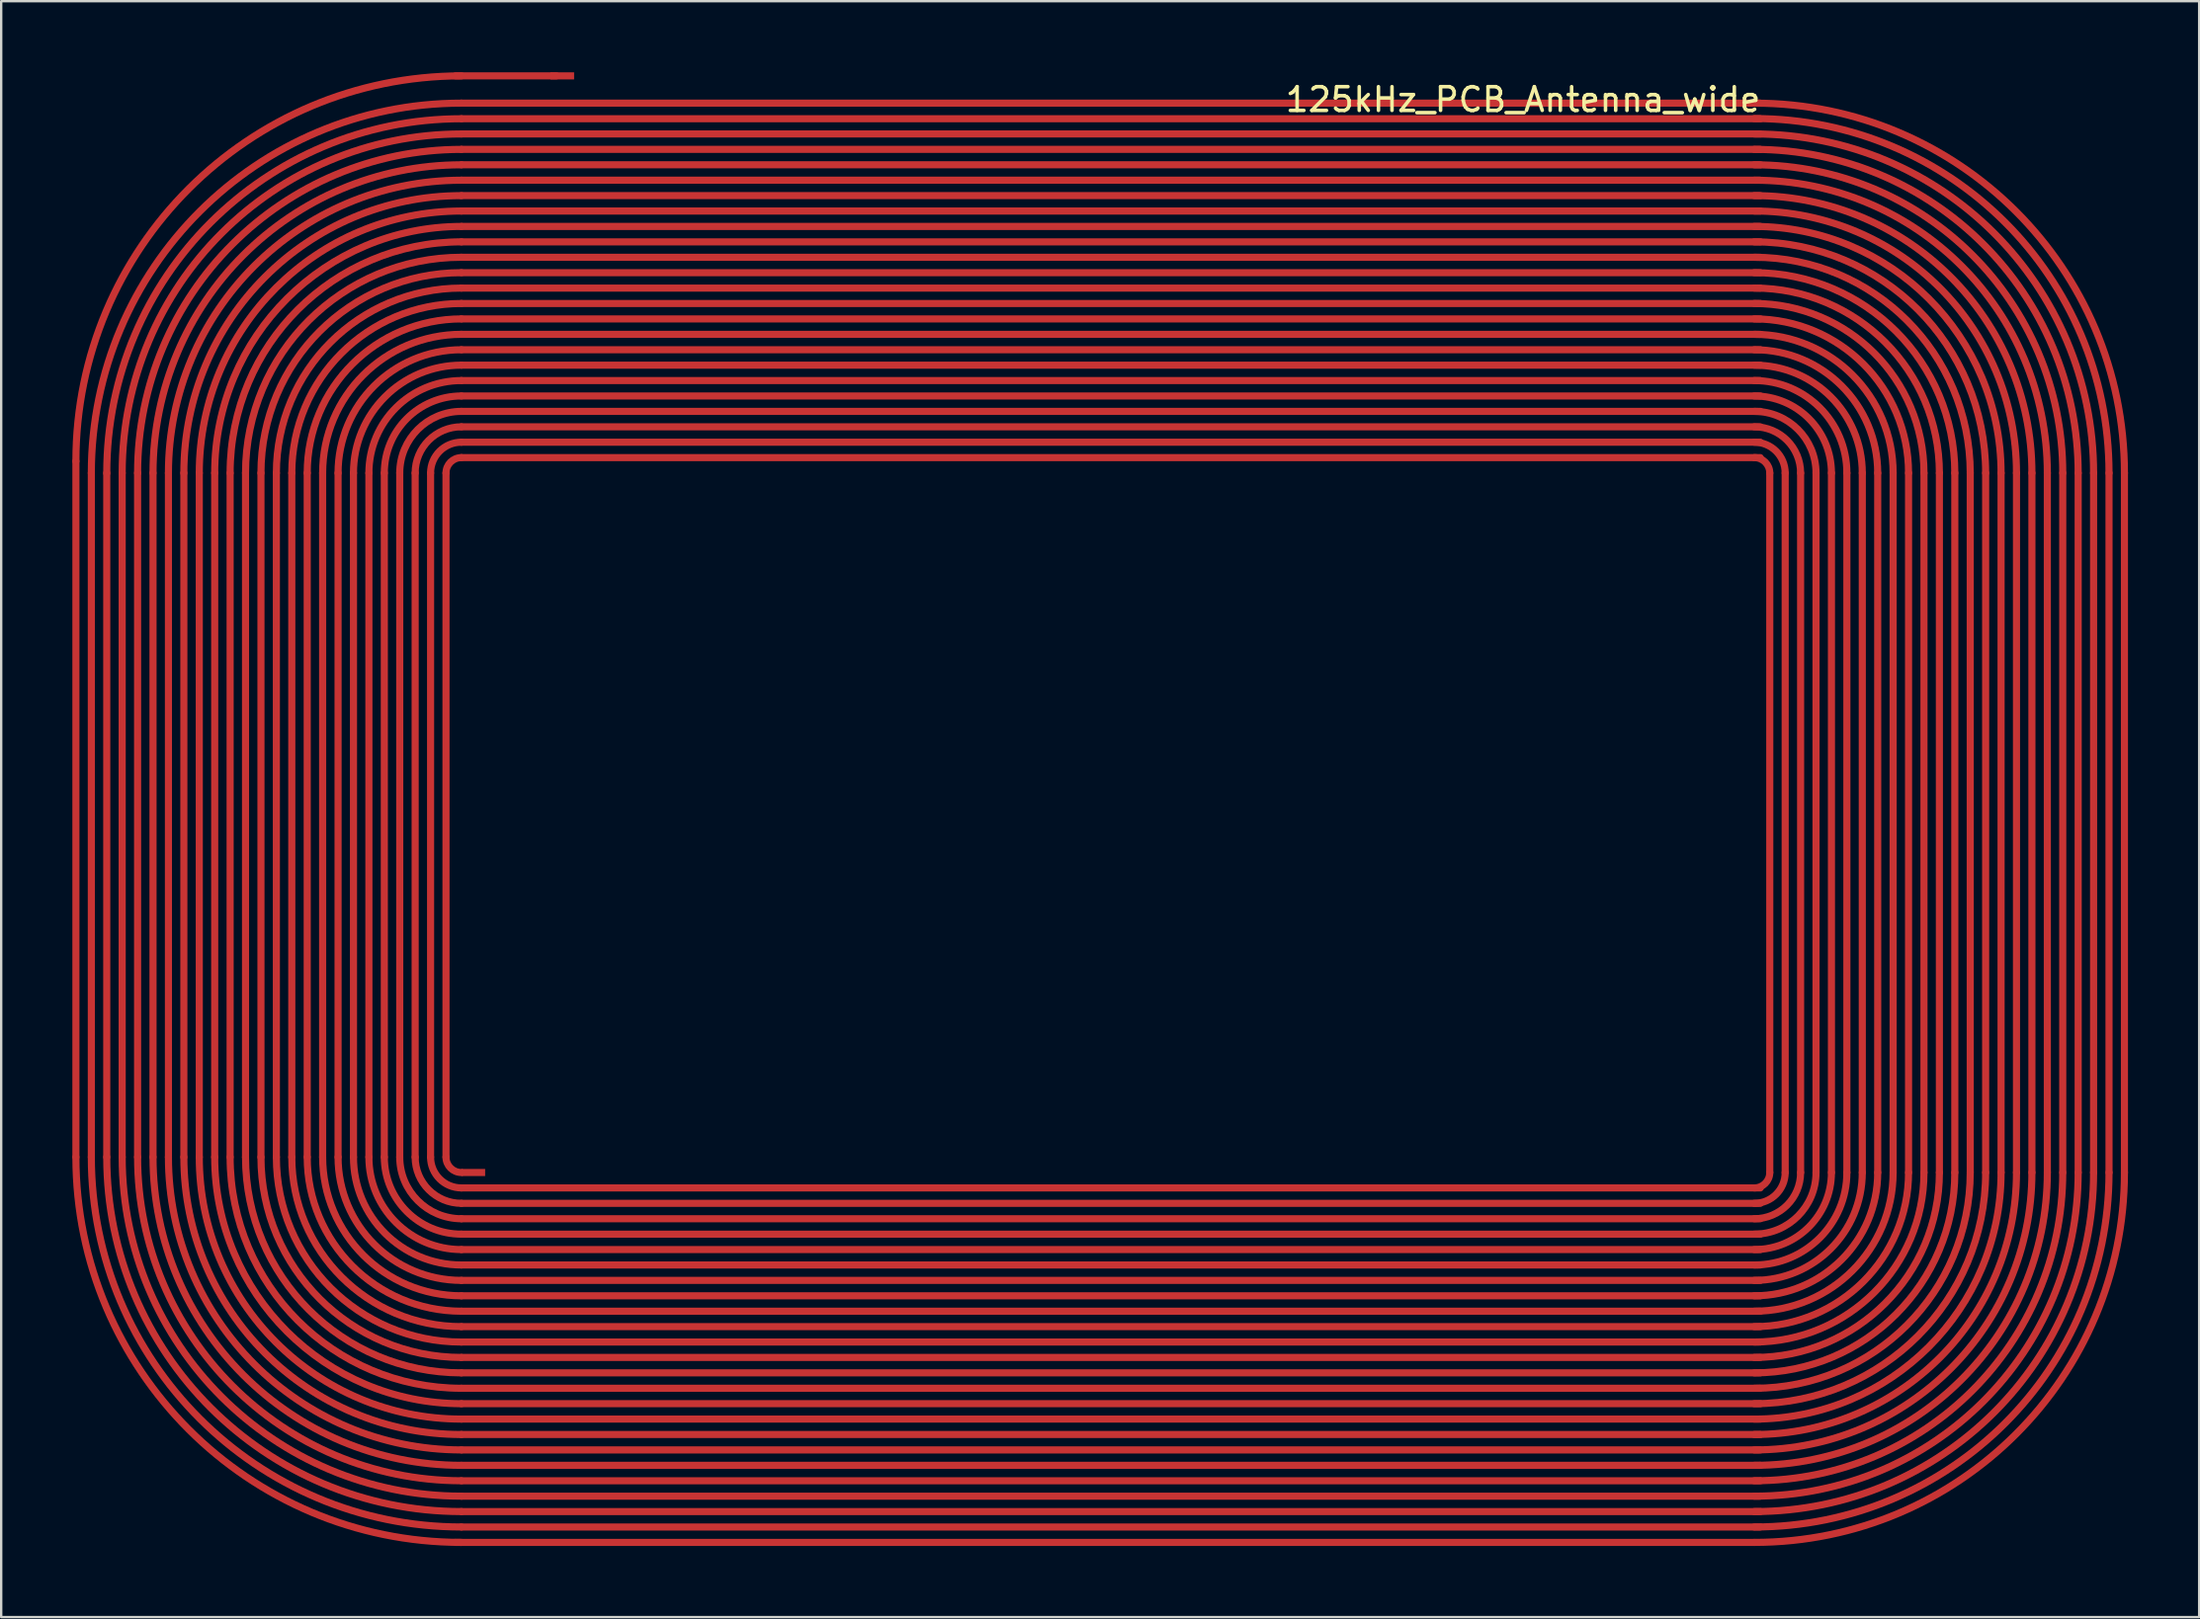
<source format=kicad_pcb>
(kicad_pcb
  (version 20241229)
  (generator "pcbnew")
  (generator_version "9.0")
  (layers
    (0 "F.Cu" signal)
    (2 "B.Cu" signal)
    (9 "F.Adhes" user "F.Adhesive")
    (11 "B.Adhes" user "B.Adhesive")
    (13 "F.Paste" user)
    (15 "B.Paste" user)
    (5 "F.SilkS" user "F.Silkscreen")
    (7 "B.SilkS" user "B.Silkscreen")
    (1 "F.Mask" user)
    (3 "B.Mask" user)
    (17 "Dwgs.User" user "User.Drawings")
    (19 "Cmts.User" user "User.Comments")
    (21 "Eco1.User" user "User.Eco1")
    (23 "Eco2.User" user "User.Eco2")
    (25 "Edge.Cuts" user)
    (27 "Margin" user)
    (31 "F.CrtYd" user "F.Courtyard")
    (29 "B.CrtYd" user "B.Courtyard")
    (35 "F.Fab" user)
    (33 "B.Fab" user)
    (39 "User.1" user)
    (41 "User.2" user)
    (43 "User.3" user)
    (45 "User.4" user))
  (footprint "125kHz_PCB_Antenna_wide"
    (layer "F.Cu")
    (at 61.15 10.65)
    (property "Reference" "125kHz_PCB_Antenna_wide" (at 0 -9.5 0) (layer "F.SilkS") (effects (font (size 1 1) (thickness 0.15))))
    (attr smd)
    (fp_line (start -61 35.1) (end -61 5.75) (stroke (width 0.3) (type solid)) (layer "F.Cu"))
    (fp_line (start -60.35 35.1) (end -60.35 6.25) (stroke (width 0.3) (type solid)) (layer "F.Cu"))
    (fp_line (start -59.7 35.1) (end -59.7 6.25) (stroke (width 0.3) (type solid)) (layer "F.Cu"))
    (fp_line (start -59.05 35.1) (end -59.05 6.25) (stroke (width 0.3) (type solid)) (layer "F.Cu"))
    (fp_line (start -58.4 35.1) (end -58.4 6.25) (stroke (width 0.3) (type solid)) (layer "F.Cu"))
    (fp_line (start -57.75 35.1) (end -57.75 6.25) (stroke (width 0.3) (type solid)) (layer "F.Cu"))
    (fp_line (start -57.1 35.1) (end -57.1 6.25) (stroke (width 0.3) (type solid)) (layer "F.Cu"))
    (fp_line (start -56.45 35.1) (end -56.45 6.25) (stroke (width 0.3) (type solid)) (layer "F.Cu"))
    (fp_line (start -55.8 35.1) (end -55.8 6.25) (stroke (width 0.3) (type solid)) (layer "F.Cu"))
    (fp_line (start -55.15 35.1) (end -55.15 6.25) (stroke (width 0.3) (type solid)) (layer "F.Cu"))
    (fp_line (start -54.5 35.1) (end -54.5 6.25) (stroke (width 0.3) (type solid)) (layer "F.Cu"))
    (fp_line (start -53.85 35.1) (end -53.85 6.25) (stroke (width 0.3) (type solid)) (layer "F.Cu"))
    (fp_line (start -53.2 35.1) (end -53.2 6.25) (stroke (width 0.3) (type solid)) (layer "F.Cu"))
    (fp_line (start -52.55 35.1) (end -52.55 6.25) (stroke (width 0.3) (type solid)) (layer "F.Cu"))
    (fp_line (start -51.9 35.1) (end -51.9 6.25) (stroke (width 0.3) (type solid)) (layer "F.Cu"))
    (fp_line (start -51.25 35.1) (end -51.25 6.25) (stroke (width 0.3) (type solid)) (layer "F.Cu"))
    (fp_line (start -50.6 35.1) (end -50.6 6.25) (stroke (width 0.3) (type solid)) (layer "F.Cu"))
    (fp_line (start -49.95 35.1) (end -49.95 6.25) (stroke (width 0.3) (type solid)) (layer "F.Cu"))
    (fp_line (start -49.3 35.1) (end -49.3 6.25) (stroke (width 0.3) (type solid)) (layer "F.Cu"))
    (fp_line (start -48.65 35.1) (end -48.65 6.25) (stroke (width 0.3) (type solid)) (layer "F.Cu"))
    (fp_line (start -48 35.1) (end -48 6.25) (stroke (width 0.3) (type solid)) (layer "F.Cu"))
    (fp_line (start -47.35 35.1) (end -47.35 6.25) (stroke (width 0.3) (type solid)) (layer "F.Cu"))
    (fp_line (start -46.7 35.1) (end -46.7 6.25) (stroke (width 0.3) (type solid)) (layer "F.Cu"))
    (fp_line (start -46.05 35.1) (end -46.05 6.25) (stroke (width 0.3) (type solid)) (layer "F.Cu"))
    (fp_line (start -45.4 35.1) (end -45.4 6.25) (stroke (width 0.3) (type solid)) (layer "F.Cu"))
    (fp_line (start -45 -10.5) (end -40.75 -10.5) (stroke (width 0.3) (type solid)) (layer "F.Cu"))
    (fp_line (start -45 51.35) (end 9.75 51.35) (stroke (width 0.3) (type solid)) (layer "F.Cu"))
    (fp_line (start -44.75 -9.35) (end 10 -9.35) (stroke (width 0.3) (type solid)) (layer "F.Cu"))
    (fp_line (start -44.75 -8.692) (end 10 -8.692) (stroke (width 0.3) (type solid)) (layer "F.Cu"))
    (fp_line (start -44.75 -8.05) (end 10 -8.05) (stroke (width 0.3) (type solid)) (layer "F.Cu"))
    (fp_line (start -44.75 -7.4) (end 10 -7.4) (stroke (width 0.3) (type solid)) (layer "F.Cu"))
    (fp_line (start -44.75 -6.75) (end 10 -6.75) (stroke (width 0.3) (type solid)) (layer "F.Cu"))
    (fp_line (start -44.75 -6.1) (end 10 -6.1) (stroke (width 0.3) (type solid)) (layer "F.Cu"))
    (fp_line (start -44.75 -5.45) (end 10 -5.45) (stroke (width 0.3) (type solid)) (layer "F.Cu"))
    (fp_line (start -44.75 -4.8) (end 10 -4.8) (stroke (width 0.3) (type solid)) (layer "F.Cu"))
    (fp_line (start -44.75 -4.15) (end 10 -4.15) (stroke (width 0.3) (type solid)) (layer "F.Cu"))
    (fp_line (start -44.75 -3.5) (end 10 -3.5) (stroke (width 0.3) (type solid)) (layer "F.Cu"))
    (fp_line (start -44.75 -2.85) (end 10 -2.85) (stroke (width 0.3) (type solid)) (layer "F.Cu"))
    (fp_line (start -44.75 -2.2) (end 10 -2.2) (stroke (width 0.3) (type solid)) (layer "F.Cu"))
    (fp_line (start -44.75 -1.55) (end 10 -1.55) (stroke (width 0.3) (type solid)) (layer "F.Cu"))
    (fp_line (start -44.75 -0.9) (end 10 -0.9) (stroke (width 0.3) (type solid)) (layer "F.Cu"))
    (fp_line (start -44.75 -0.25) (end 10 -0.25) (stroke (width 0.3) (type solid)) (layer "F.Cu"))
    (fp_line (start -44.75 0.4) (end 10 0.4) (stroke (width 0.3) (type solid)) (layer "F.Cu"))
    (fp_line (start -44.75 1.05) (end 10 1.05) (stroke (width 0.3) (type solid)) (layer "F.Cu"))
    (fp_line (start -44.75 1.7) (end 10 1.7) (stroke (width 0.3) (type solid)) (layer "F.Cu"))
    (fp_line (start -44.75 2.35) (end 10 2.35) (stroke (width 0.3) (type solid)) (layer "F.Cu"))
    (fp_line (start -44.75 3) (end 10 3) (stroke (width 0.3) (type solid)) (layer "F.Cu"))
    (fp_line (start -44.75 3.65) (end 10 3.65) (stroke (width 0.3) (type solid)) (layer "F.Cu"))
    (fp_line (start -44.75 4.3) (end 10 4.3) (stroke (width 0.3) (type solid)) (layer "F.Cu"))
    (fp_line (start -44.75 4.95) (end 10 4.95) (stroke (width 0.3) (type solid)) (layer "F.Cu"))
    (fp_line (start -44.75 5.6) (end 10 5.6) (stroke (width 0.3) (type solid)) (layer "F.Cu"))
    (fp_line (start -44.75 36.4) (end 10 36.4) (stroke (width 0.3) (type solid)) (layer "F.Cu"))
    (fp_line (start -44.75 37.05) (end 10 37.05) (stroke (width 0.3) (type solid)) (layer "F.Cu"))
    (fp_line (start -44.75 37.7) (end 10 37.7) (stroke (width 0.3) (type solid)) (layer "F.Cu"))
    (fp_line (start -44.75 38.35) (end 10 38.35) (stroke (width 0.3) (type solid)) (layer "F.Cu"))
    (fp_line (start -44.75 39) (end 10 39) (stroke (width 0.3) (type solid)) (layer "F.Cu"))
    (fp_line (start -44.75 39.65) (end 10 39.65) (stroke (width 0.3) (type solid)) (layer "F.Cu"))
    (fp_line (start -44.75 40.3) (end 10 40.3) (stroke (width 0.3) (type solid)) (layer "F.Cu"))
    (fp_line (start -44.75 40.95) (end 10 40.95) (stroke (width 0.3) (type solid)) (layer "F.Cu"))
    (fp_line (start -44.75 41.6) (end 10 41.6) (stroke (width 0.3) (type solid)) (layer "F.Cu"))
    (fp_line (start -44.75 42.25) (end 10 42.25) (stroke (width 0.3) (type solid)) (layer "F.Cu"))
    (fp_line (start -44.75 42.9) (end 10 42.9) (stroke (width 0.3) (type solid)) (layer "F.Cu"))
    (fp_line (start -44.75 43.55) (end 10 43.55) (stroke (width 0.3) (type solid)) (layer "F.Cu"))
    (fp_line (start -44.75 44.2) (end 10 44.2) (stroke (width 0.3) (type solid)) (layer "F.Cu"))
    (fp_line (start -44.75 44.85) (end 10 44.85) (stroke (width 0.3) (type solid)) (layer "F.Cu"))
    (fp_line (start -44.75 45.5) (end 10 45.5) (stroke (width 0.3) (type solid)) (layer "F.Cu"))
    (fp_line (start -44.75 46.15) (end 10 46.15) (stroke (width 0.3) (type solid)) (layer "F.Cu"))
    (fp_line (start -44.75 46.8) (end 10 46.8) (stroke (width 0.3) (type solid)) (layer "F.Cu"))
    (fp_line (start -44.75 47.45) (end 10 47.45) (stroke (width 0.3) (type solid)) (layer "F.Cu"))
    (fp_line (start -44.75 48.1) (end 10 48.1) (stroke (width 0.3) (type solid)) (layer "F.Cu"))
    (fp_line (start -44.75 48.75) (end 10 48.75) (stroke (width 0.3) (type solid)) (layer "F.Cu"))
    (fp_line (start -44.75 49.4) (end 10 49.4) (stroke (width 0.3) (type solid)) (layer "F.Cu"))
    (fp_line (start -44.75 50.05) (end 10 50.05) (stroke (width 0.3) (type solid)) (layer "F.Cu"))
    (fp_line (start -44.75 50.7) (end 10 50.7) (stroke (width 0.3) (type solid)) (layer "F.Cu"))
    (fp_line (start 10.4 6.25) (end 10.4 35.75) (stroke (width 0.3) (type solid)) (layer "F.Cu"))
    (fp_line (start 11.05 6.25) (end 11.05 35.75) (stroke (width 0.3) (type solid)) (layer "F.Cu"))
    (fp_line (start 11.7 6.25) (end 11.7 35.75) (stroke (width 0.3) (type solid)) (layer "F.Cu"))
    (fp_line (start 12.35 6.25) (end 12.35 35.75) (stroke (width 0.3) (type solid)) (layer "F.Cu"))
    (fp_line (start 13 6.25) (end 13 35.75) (stroke (width 0.3) (type solid)) (layer "F.Cu"))
    (fp_line (start 13.65 6.25) (end 13.65 35.75) (stroke (width 0.3) (type solid)) (layer "F.Cu"))
    (fp_line (start 14.3 6.25) (end 14.3 35.75) (stroke (width 0.3) (type solid)) (layer "F.Cu"))
    (fp_line (start 14.95 6.25) (end 14.95 35.75) (stroke (width 0.3) (type solid)) (layer "F.Cu"))
    (fp_line (start 15.6 6.25) (end 15.6 35.75) (stroke (width 0.3) (type solid)) (layer "F.Cu"))
    (fp_line (start 16.25 6.25) (end 16.25 35.75) (stroke (width 0.3) (type solid)) (layer "F.Cu"))
    (fp_line (start 16.9 6.25) (end 16.9 35.75) (stroke (width 0.3) (type solid)) (layer "F.Cu"))
    (fp_line (start 17.55 6.25) (end 17.55 35.75) (stroke (width 0.3) (type solid)) (layer "F.Cu"))
    (fp_line (start 18.2 6.25) (end 18.2 35.75) (stroke (width 0.3) (type solid)) (layer "F.Cu"))
    (fp_line (start 18.85 6.25) (end 18.85 35.75) (stroke (width 0.3) (type solid)) (layer "F.Cu"))
    (fp_line (start 19.5 6.25) (end 19.5 35.75) (stroke (width 0.3) (type solid)) (layer "F.Cu"))
    (fp_line (start 20.15 6.25) (end 20.15 35.75) (stroke (width 0.3) (type solid)) (layer "F.Cu"))
    (fp_line (start 20.8 6.25) (end 20.8 35.75) (stroke (width 0.3) (type solid)) (layer "F.Cu"))
    (fp_line (start 21.45 6.25) (end 21.45 35.75) (stroke (width 0.3) (type solid)) (layer "F.Cu"))
    (fp_line (start 22.1 6.25) (end 22.1 35.75) (stroke (width 0.3) (type solid)) (layer "F.Cu"))
    (fp_line (start 22.75 6.25) (end 22.75 35.75) (stroke (width 0.3) (type solid)) (layer "F.Cu"))
    (fp_line (start 23.4 6.25) (end 23.4 35.75) (stroke (width 0.3) (type solid)) (layer "F.Cu"))
    (fp_line (start 24.05 6.25) (end 24.05 35.75) (stroke (width 0.3) (type solid)) (layer "F.Cu"))
    (fp_line (start 24.7 6.25) (end 24.7 35.75) (stroke (width 0.3) (type solid)) (layer "F.Cu"))
    (fp_line (start 25.35 6.25) (end 25.35 35.75) (stroke (width 0.3) (type solid)) (layer "F.Cu"))
    (fp_arc (start -61 5.75) (mid -56.240485 -5.740485) (end -44.75 -10.5) (stroke (width 0.3) (type solid)) (layer "F.Cu"))
    (fp_arc (start -60.35 6.25) (mid -55.780866 -4.780866) (end -44.75 -9.35) (stroke (width 0.3) (type solid)) (layer "F.Cu"))
    (fp_arc (start -59.7 6.257554) (mid -55.321246 -4.313692) (end -44.75 -8.692446) (stroke (width 0.3) (type solid)) (layer "F.Cu"))
    (fp_arc (start -59.05 6.25) (mid -54.861627 -3.861627) (end -44.75 -8.05) (stroke (width 0.3) (type solid)) (layer "F.Cu"))
    (fp_arc (start -58.4 6.25) (mid -54.402008 -3.402008) (end -44.75 -7.4) (stroke (width 0.3) (type solid)) (layer "F.Cu"))
    (fp_arc (start -57.75 6.25) (mid -53.942388 -2.942388) (end -44.75 -6.75) (stroke (width 0.3) (type solid)) (layer "F.Cu"))
    (fp_arc (start -57.1 6.25) (mid -53.482769 -2.482769) (end -44.75 -6.1) (stroke (width 0.3) (type solid)) (layer "F.Cu"))
    (fp_arc (start -56.45 6.25) (mid -53.023149 -2.023149) (end -44.75 -5.45) (stroke (width 0.3) (type solid)) (layer "F.Cu"))
    (fp_arc (start -55.8 6.25) (mid -52.56353 -1.56353) (end -44.75 -4.8) (stroke (width 0.3) (type solid)) (layer "F.Cu"))
    (fp_arc (start -55.15 6.25) (mid -52.103911 -1.103911) (end -44.75 -4.15) (stroke (width 0.3) (type solid)) (layer "F.Cu"))
    (fp_arc (start -54.5 6.25) (mid -51.644291 -0.644291) (end -44.75 -3.5) (stroke (width 0.3) (type solid)) (layer "F.Cu"))
    (fp_arc (start -53.85 6.25) (mid -51.184672 -0.184672) (end -44.75 -2.85) (stroke (width 0.3) (type solid)) (layer "F.Cu"))
    (fp_arc (start -53.2 6.25) (mid -50.725052 0.274948) (end -44.75 -2.2) (stroke (width 0.3) (type solid)) (layer "F.Cu"))
    (fp_arc (start -52.55 6.25) (mid -50.265433 0.734567) (end -44.75 -1.55) (stroke (width 0.3) (type solid)) (layer "F.Cu"))
    (fp_arc (start -51.9 6.25) (mid -49.805813 1.194187) (end -44.75 -0.9) (stroke (width 0.3) (type solid)) (layer "F.Cu"))
    (fp_arc (start -51.25 6.25) (mid -49.346194 1.653806) (end -44.75 -0.25) (stroke (width 0.3) (type solid)) (layer "F.Cu"))
    (fp_arc (start -50.6 6.25) (mid -48.886575 2.113425) (end -44.75 0.4) (stroke (width 0.3) (type solid)) (layer "F.Cu"))
    (fp_arc (start -49.95 6.25) (mid -48.426955 2.573045) (end -44.75 1.05) (stroke (width 0.3) (type solid)) (layer "F.Cu"))
    (fp_arc (start -49.3 6.25) (mid -47.967336 3.032664) (end -44.75 1.7) (stroke (width 0.3) (type solid)) (layer "F.Cu"))
    (fp_arc (start -48.65 6.25) (mid -47.507716 3.492284) (end -44.75 2.35) (stroke (width 0.3) (type solid)) (layer "F.Cu"))
    (fp_arc (start -48 6.25) (mid -47.048097 3.951903) (end -44.75 3) (stroke (width 0.3) (type solid)) (layer "F.Cu"))
    (fp_arc (start -47.35 6.25) (mid -46.588478 4.411522) (end -44.75 3.65) (stroke (width 0.3) (type solid)) (layer "F.Cu"))
    (fp_arc (start -46.7 6.25) (mid -46.128858 4.871142) (end -44.75 4.3) (stroke (width 0.3) (type solid)) (layer "F.Cu"))
    (fp_arc (start -46.05 6.25) (mid -45.669239 5.330761) (end -44.75 4.95) (stroke (width 0.3) (type solid)) (layer "F.Cu"))
    (fp_arc (start -45.4 6.25) (mid -45.209619 5.790381) (end -44.75 5.6) (stroke (width 0.3) (type solid)) (layer "F.Cu"))
    (fp_arc (start -44.75 35.75) (mid -45.209619 35.559619) (end -45.4 35.1) (stroke (width 0.3) (type solid)) (layer "F.Cu"))
    (fp_arc (start -44.75 36.4) (mid -45.669239 36.019239) (end -46.05 35.1) (stroke (width 0.3) (type solid)) (layer "F.Cu"))
    (fp_arc (start -44.75 37.05) (mid -46.128858 36.478858) (end -46.7 35.1) (stroke (width 0.3) (type solid)) (layer "F.Cu"))
    (fp_arc (start -44.75 37.7) (mid -46.588478 36.938478) (end -47.35 35.1) (stroke (width 0.3) (type solid)) (layer "F.Cu"))
    (fp_arc (start -44.75 38.35) (mid -47.048097 37.398097) (end -48 35.1) (stroke (width 0.3) (type solid)) (layer "F.Cu"))
    (fp_arc (start -44.75 39) (mid -47.507716 37.857716) (end -48.65 35.1) (stroke (width 0.3) (type solid)) (layer "F.Cu"))
    (fp_arc (start -44.75 39.65) (mid -47.967336 38.317336) (end -49.3 35.1) (stroke (width 0.3) (type solid)) (layer "F.Cu"))
    (fp_arc (start -44.75 40.3) (mid -48.426955 38.776955) (end -49.95 35.1) (stroke (width 0.3) (type solid)) (layer "F.Cu"))
    (fp_arc (start -44.75 40.95) (mid -48.886575 39.236575) (end -50.6 35.1) (stroke (width 0.3) (type solid)) (layer "F.Cu"))
    (fp_arc (start -44.75 41.6) (mid -49.346194 39.696194) (end -51.25 35.1) (stroke (width 0.3) (type solid)) (layer "F.Cu"))
    (fp_arc (start -44.75 42.25) (mid -49.805813 40.155813) (end -51.9 35.1) (stroke (width 0.3) (type solid)) (layer "F.Cu"))
    (fp_arc (start -44.75 42.9) (mid -50.265433 40.615433) (end -52.55 35.1) (stroke (width 0.3) (type solid)) (layer "F.Cu"))
    (fp_arc (start -44.75 43.55) (mid -50.725052 41.075052) (end -53.2 35.1) (stroke (width 0.3) (type solid)) (layer "F.Cu"))
    (fp_arc (start -44.75 44.2) (mid -51.184672 41.534672) (end -53.85 35.1) (stroke (width 0.3) (type solid)) (layer "F.Cu"))
    (fp_arc (start -44.75 44.85) (mid -51.644291 41.994291) (end -54.5 35.1) (stroke (width 0.3) (type solid)) (layer "F.Cu"))
    (fp_arc (start -44.75 45.5) (mid -52.103911 42.453911) (end -55.15 35.1) (stroke (width 0.3) (type solid)) (layer "F.Cu"))
    (fp_arc (start -44.75 46.15) (mid -52.56353 42.91353) (end -55.8 35.1) (stroke (width 0.3) (type solid)) (layer "F.Cu"))
    (fp_arc (start -44.75 46.8) (mid -53.023149 43.373149) (end -56.45 35.1) (stroke (width 0.3) (type solid)) (layer "F.Cu"))
    (fp_arc (start -44.75 47.45) (mid -53.482769 43.832769) (end -57.1 35.1) (stroke (width 0.3) (type solid)) (layer "F.Cu"))
    (fp_arc (start -44.75 48.1) (mid -53.942388 44.292388) (end -57.75 35.1) (stroke (width 0.3) (type solid)) (layer "F.Cu"))
    (fp_arc (start -44.75 48.75) (mid -54.402008 44.752008) (end -58.4 35.1) (stroke (width 0.3) (type solid)) (layer "F.Cu"))
    (fp_arc (start -44.75 49.4) (mid -54.861627 45.211627) (end -59.05 35.1) (stroke (width 0.3) (type solid)) (layer "F.Cu"))
    (fp_arc (start -44.75 50.05) (mid -55.321246 45.671246) (end -59.7 35.1) (stroke (width 0.3) (type solid)) (layer "F.Cu"))
    (fp_arc (start -44.75 50.7) (mid -55.780866 46.130866) (end -60.35 35.1) (stroke (width 0.3) (type solid)) (layer "F.Cu"))
    (fp_arc (start -44.75 51.35) (mid -56.240485 46.590485) (end -61 35.1) (stroke (width 0.3) (type solid)) (layer "F.Cu"))
    (fp_arc (start 9.75 -9.35) (mid 20.780866 -4.780866) (end 25.35 6.25) (stroke (width 0.3) (type solid)) (layer "F.Cu"))
    (fp_arc (start 9.75 -8.7) (mid 20.321246 -4.321246) (end 24.7 6.25) (stroke (width 0.3) (type solid)) (layer "F.Cu"))
    (fp_arc (start 9.75 -8.05) (mid 19.861627 -3.861627) (end 24.05 6.25) (stroke (width 0.3) (type solid)) (layer "F.Cu"))
    (fp_arc (start 9.75 -7.4) (mid 19.402008 -3.402008) (end 23.4 6.25) (stroke (width 0.3) (type solid)) (layer "F.Cu"))
    (fp_arc (start 9.75 -6.75) (mid 18.942388 -2.942388) (end 22.75 6.25) (stroke (width 0.3) (type solid)) (layer "F.Cu"))
    (fp_arc (start 9.75 -6.1) (mid 18.482769 -2.482769) (end 22.1 6.25) (stroke (width 0.3) (type solid)) (layer "F.Cu"))
    (fp_arc (start 9.75 -5.45) (mid 18.023149 -2.023149) (end 21.45 6.25) (stroke (width 0.3) (type solid)) (layer "F.Cu"))
    (fp_arc (start 9.75 -4.8) (mid 17.56353 -1.56353) (end 20.8 6.25) (stroke (width 0.3) (type solid)) (layer "F.Cu"))
    (fp_arc (start 9.75 -4.15) (mid 17.103911 -1.103911) (end 20.15 6.25) (stroke (width 0.3) (type solid)) (layer "F.Cu"))
    (fp_arc (start 9.75 -3.5) (mid 16.644291 -0.644291) (end 19.5 6.25) (stroke (width 0.3) (type solid)) (layer "F.Cu"))
    (fp_arc (start 9.75 -2.85) (mid 16.184672 -0.184672) (end 18.85 6.25) (stroke (width 0.3) (type solid)) (layer "F.Cu"))
    (fp_arc (start 9.75 -2.2) (mid 15.725052 0.274948) (end 18.2 6.25) (stroke (width 0.3) (type solid)) (layer "F.Cu"))
    (fp_arc (start 9.75 -1.55) (mid 15.265433 0.734567) (end 17.55 6.25) (stroke (width 0.3) (type solid)) (layer "F.Cu"))
    (fp_arc (start 9.75 -0.9) (mid 14.805813 1.194187) (end 16.9 6.25) (stroke (width 0.3) (type solid)) (layer "F.Cu"))
    (fp_arc (start 9.75 -0.25) (mid 14.346194 1.653806) (end 16.25 6.25) (stroke (width 0.3) (type solid)) (layer "F.Cu"))
    (fp_arc (start 9.75 0.4) (mid 13.886575 2.113425) (end 15.6 6.25) (stroke (width 0.3) (type solid)) (layer "F.Cu"))
    (fp_arc (start 9.75 1.05) (mid 13.426955 2.573045) (end 14.95 6.25) (stroke (width 0.3) (type solid)) (layer "F.Cu"))
    (fp_arc (start 9.75 1.7) (mid 12.967336 3.032664) (end 14.3 6.25) (stroke (width 0.3) (type solid)) (layer "F.Cu"))
    (fp_arc (start 9.75 2.35) (mid 12.507716 3.492284) (end 13.65 6.25) (stroke (width 0.3) (type solid)) (layer "F.Cu"))
    (fp_arc (start 9.75 3) (mid 12.048097 3.951903) (end 13 6.25) (stroke (width 0.3) (type solid)) (layer "F.Cu"))
    (fp_arc (start 9.75 3.65) (mid 11.588478 4.411522) (end 12.35 6.25) (stroke (width 0.3) (type solid)) (layer "F.Cu"))
    (fp_arc (start 9.75 4.3) (mid 11.128858 4.871142) (end 11.7 6.25) (stroke (width 0.3) (type solid)) (layer "F.Cu"))
    (fp_arc (start 9.75 4.95) (mid 10.669239 5.330761) (end 11.05 6.25) (stroke (width 0.3) (type solid)) (layer "F.Cu"))
    (fp_arc (start 9.75 5.6) (mid 10.209619 5.790381) (end 10.4 6.25) (stroke (width 0.3) (type solid)) (layer "F.Cu"))
    (fp_arc (start 10.4 35.75) (mid 10.209619 36.209619) (end 9.75 36.4) (stroke (width 0.3) (type solid)) (layer "F.Cu"))
    (fp_arc (start 11.05 35.75) (mid 10.669239 36.669239) (end 9.75 37.05) (stroke (width 0.3) (type solid)) (layer "F.Cu"))
    (fp_arc (start 11.7 35.75) (mid 11.128858 37.128858) (end 9.75 37.7) (stroke (width 0.3) (type solid)) (layer "F.Cu"))
    (fp_arc (start 12.35 35.75) (mid 11.588478 37.588478) (end 9.75 38.35) (stroke (width 0.3) (type solid)) (layer "F.Cu"))
    (fp_arc (start 13 35.75) (mid 12.048097 38.048097) (end 9.75 39) (stroke (width 0.3) (type solid)) (layer "F.Cu"))
    (fp_arc (start 13.65 35.75) (mid 12.507716 38.507716) (end 9.75 39.65) (stroke (width 0.3) (type solid)) (layer "F.Cu"))
    (fp_arc (start 14.3 35.75) (mid 12.967336 38.967336) (end 9.75 40.3) (stroke (width 0.3) (type solid)) (layer "F.Cu"))
    (fp_arc (start 14.95 35.75) (mid 13.426955 39.426955) (end 9.75 40.95) (stroke (width 0.3) (type solid)) (layer "F.Cu"))
    (fp_arc (start 15.6 35.75) (mid 13.886575 39.886575) (end 9.75 41.6) (stroke (width 0.3) (type solid)) (layer "F.Cu"))
    (fp_arc (start 16.25 35.75) (mid 14.346194 40.346194) (end 9.75 42.25) (stroke (width 0.3) (type solid)) (layer "F.Cu"))
    (fp_arc (start 16.9 35.75) (mid 14.805813 40.805813) (end 9.75 42.9) (stroke (width 0.3) (type solid)) (layer "F.Cu"))
    (fp_arc (start 17.55 35.75) (mid 15.265433 41.265433) (end 9.75 43.55) (stroke (width 0.3) (type solid)) (layer "F.Cu"))
    (fp_arc (start 18.2 35.75) (mid 15.725052 41.725052) (end 9.75 44.2) (stroke (width 0.3) (type solid)) (layer "F.Cu"))
    (fp_arc (start 18.85 35.75) (mid 16.184672 42.184672) (end 9.75 44.85) (stroke (width 0.3) (type solid)) (layer "F.Cu"))
    (fp_arc (start 19.5 35.75) (mid 16.644291 42.644291) (end 9.75 45.5) (stroke (width 0.3) (type solid)) (layer "F.Cu"))
    (fp_arc (start 20.15 35.75) (mid 17.103911 43.103911) (end 9.75 46.15) (stroke (width 0.3) (type solid)) (layer "F.Cu"))
    (fp_arc (start 20.8 35.75) (mid 17.56353 43.56353) (end 9.75 46.8) (stroke (width 0.3) (type solid)) (layer "F.Cu"))
    (fp_arc (start 21.45 35.75) (mid 18.023149 44.023149) (end 9.75 47.45) (stroke (width 0.3) (type solid)) (layer "F.Cu"))
    (fp_arc (start 22.1 35.75) (mid 18.482769 44.482769) (end 9.75 48.1) (stroke (width 0.3) (type solid)) (layer "F.Cu"))
    (fp_arc (start 22.75 35.75) (mid 18.942388 44.942388) (end 9.75 48.75) (stroke (width 0.3) (type solid)) (layer "F.Cu"))
    (fp_arc (start 23.4 35.75) (mid 19.402008 45.402008) (end 9.75 49.4) (stroke (width 0.3) (type solid)) (layer "F.Cu"))
    (fp_arc (start 24.05 35.75) (mid 19.861627 45.861627) (end 9.75 50.05) (stroke (width 0.3) (type solid)) (layer "F.Cu"))
    (fp_arc (start 24.7 35.75) (mid 20.321246 46.321246) (end 9.75 50.7) (stroke (width 0.3) (type solid)) (layer "F.Cu"))
    (fp_arc (start 25.35 35.75) (mid 20.780866 46.780866) (end 9.75 51.35) (stroke (width 0.3) (type solid)) (layer "F.Cu"))
    (pad "1" smd rect (at -40.5 -10.5 270) (size 0.3 1) (layers "F.Cu"))
    (pad "2" smd rect (at -44.25 35.75 270) (size 0.3 1) (layers "F.Cu")))
  (gr_rect
    (start -3 -3)
    (end 89.65 65.15)
    (stroke (width 0.1) (type default))
    (fill no)
    (layer "Edge.Cuts")))
</source>
